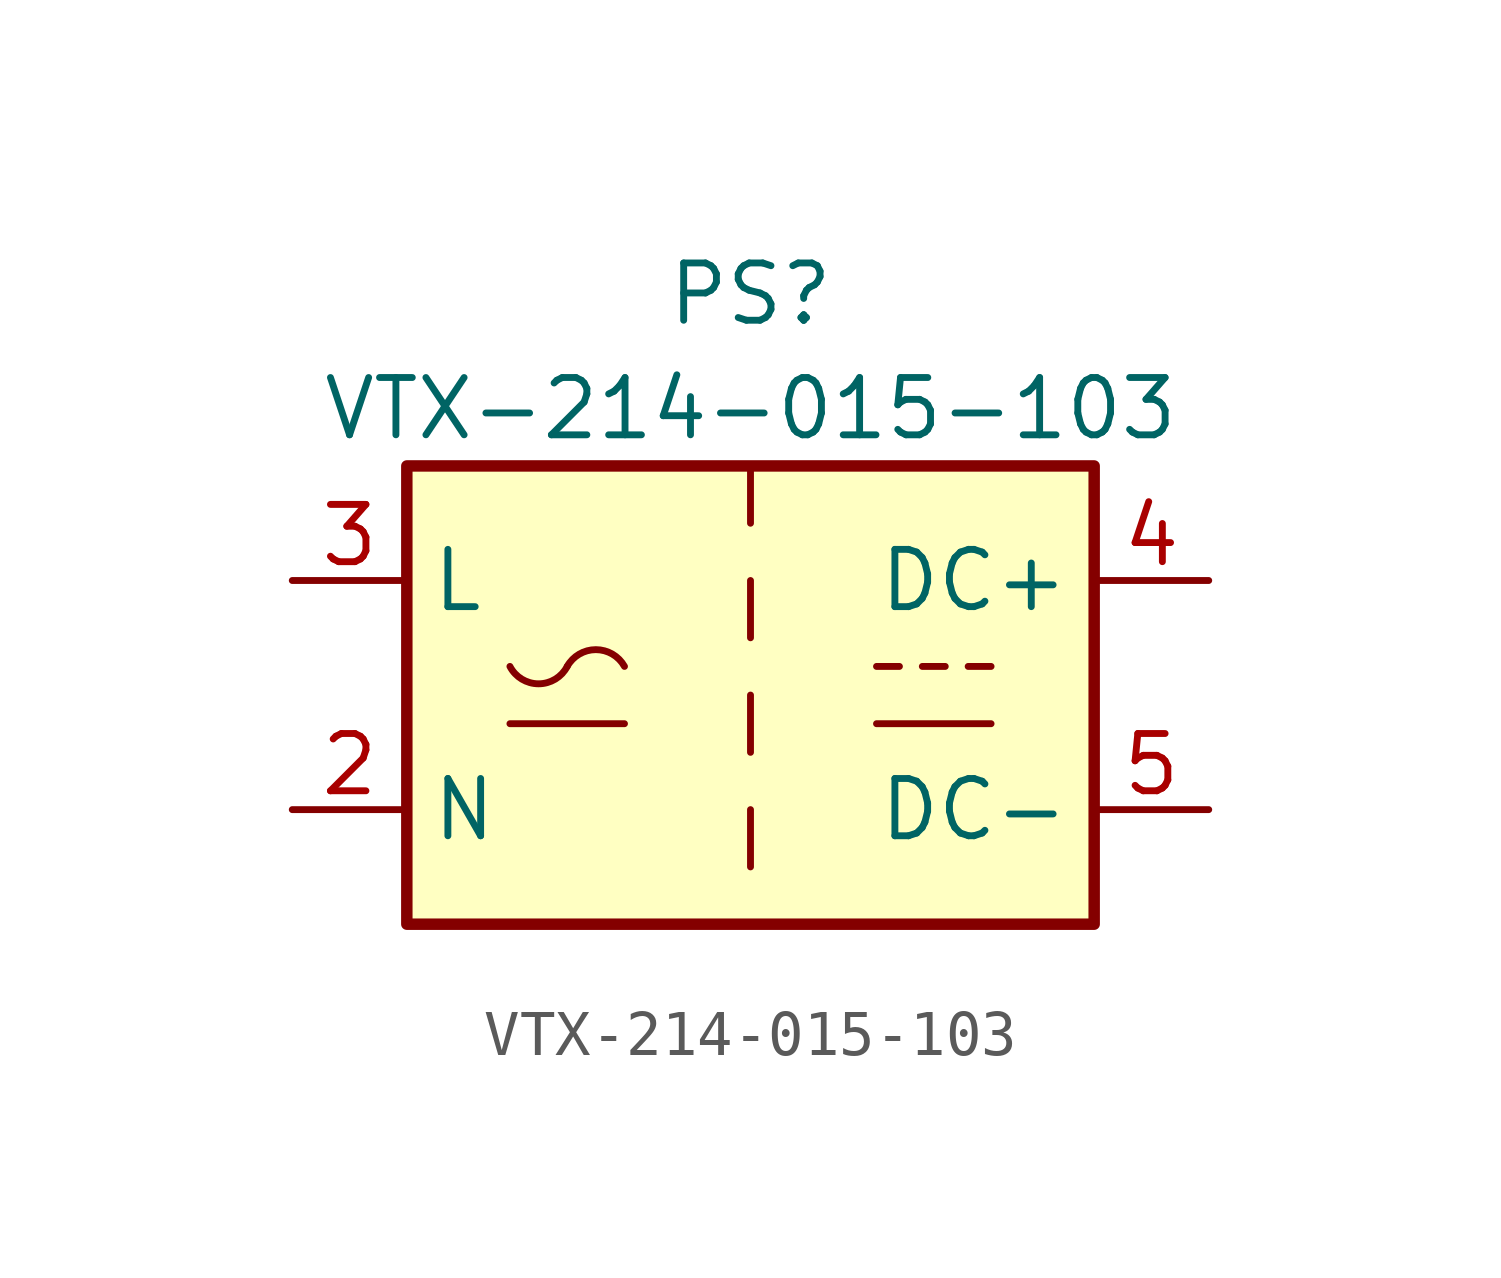
<source format=kicad_sym>
(kicad_symbol_lib
  (version 20200908)
  (generator kicad_symbol_editor)
  (symbol "Converter_ACDC:VTX-214-015-103"
    (property "Reference" "PS"
      (at 0 8.89 0)
      (effects (font (size 1.27 1.27))))
    (property "Value" "VTX-214-015-103"
      (at 0 6.35 0)
      (effects (font (size 1.27 1.27))))
    (symbol "VTX-214-015-103_0_1"
      (arc (start -5.334 0.635) (end -4.064 0.635) (radius (at -4.699 0.9652) (length 0.7112) (angles -152.5 -27.5)) (stroke (width 0)) (fill (type none)))
      (arc (start -2.794 0.635) (end -4.064 0.635) (radius (at -3.429 0.2794) (length 0.7366) (angles 29.2 150.8)) (stroke (width 0)) (fill (type none)))
      (rectangle (start -7.62 5.08) (end 7.62 -5.08) (stroke (width 0.254)) (fill (type background)))
      (polyline (pts (xy -5.334 -0.635) (xy -2.794 -0.635)) (stroke (width 0)) (fill (type none)))
      (polyline (pts (xy 2.794 -0.635) (xy 5.334 -0.635)) (stroke (width 0)) (fill (type none)))
      (polyline (pts (xy 2.794 0.635) (xy 3.302 0.635)) (stroke (width 0)) (fill (type none)))
      (polyline (pts (xy 3.81 0.635) (xy 4.318 0.635)) (stroke (width 0)) (fill (type none)))
      (polyline (pts (xy 4.826 0.635) (xy 5.334 0.635)) (stroke (width 0)) (fill (type none))))
    (symbol "VTX-214-015-103_1_1"
      (polyline (pts (xy 0 -2.54) (xy 0 -3.81)) (stroke (width 0)) (fill (type none)))
      (polyline (pts (xy 0 0) (xy 0 -1.27)) (stroke (width 0)) (fill (type none)))
      (polyline (pts (xy 0 2.54) (xy 0 1.27)) (stroke (width 0)) (fill (type none)))
      (polyline (pts (xy 0 5.08) (xy 0 3.81)) (stroke (width 0)) (fill (type none)))
      (pin unconnected line (at 0 -5.08 90) (length 2.54) hide (name "FG" (effects (font (size 1.27 1.27)))) (number "1" (effects (font (size 1.27 1.27)))))
      (pin power_in line (at -10.16 -2.54 0) (length 2.54) (name "N" (effects (font (size 1.27 1.27)))) (number "2" (effects (font (size 1.27 1.27)))))
      (pin power_in line (at -10.16 2.54 0) (length 2.54) (name "L" (effects (font (size 1.27 1.27)))) (number "3" (effects (font (size 1.27 1.27)))))
      (pin power_out line (at 10.16 2.54 180) (length 2.54) (name "DC+" (effects (font (size 1.27 1.27)))) (number "4" (effects (font (size 1.27 1.27)))))
      (pin power_out line (at 10.16 -2.54 180) (length 2.54) (name "DC-" (effects (font (size 1.27 1.27)))) (number "5" (effects (font (size 1.27 1.27))))))))
</source>
